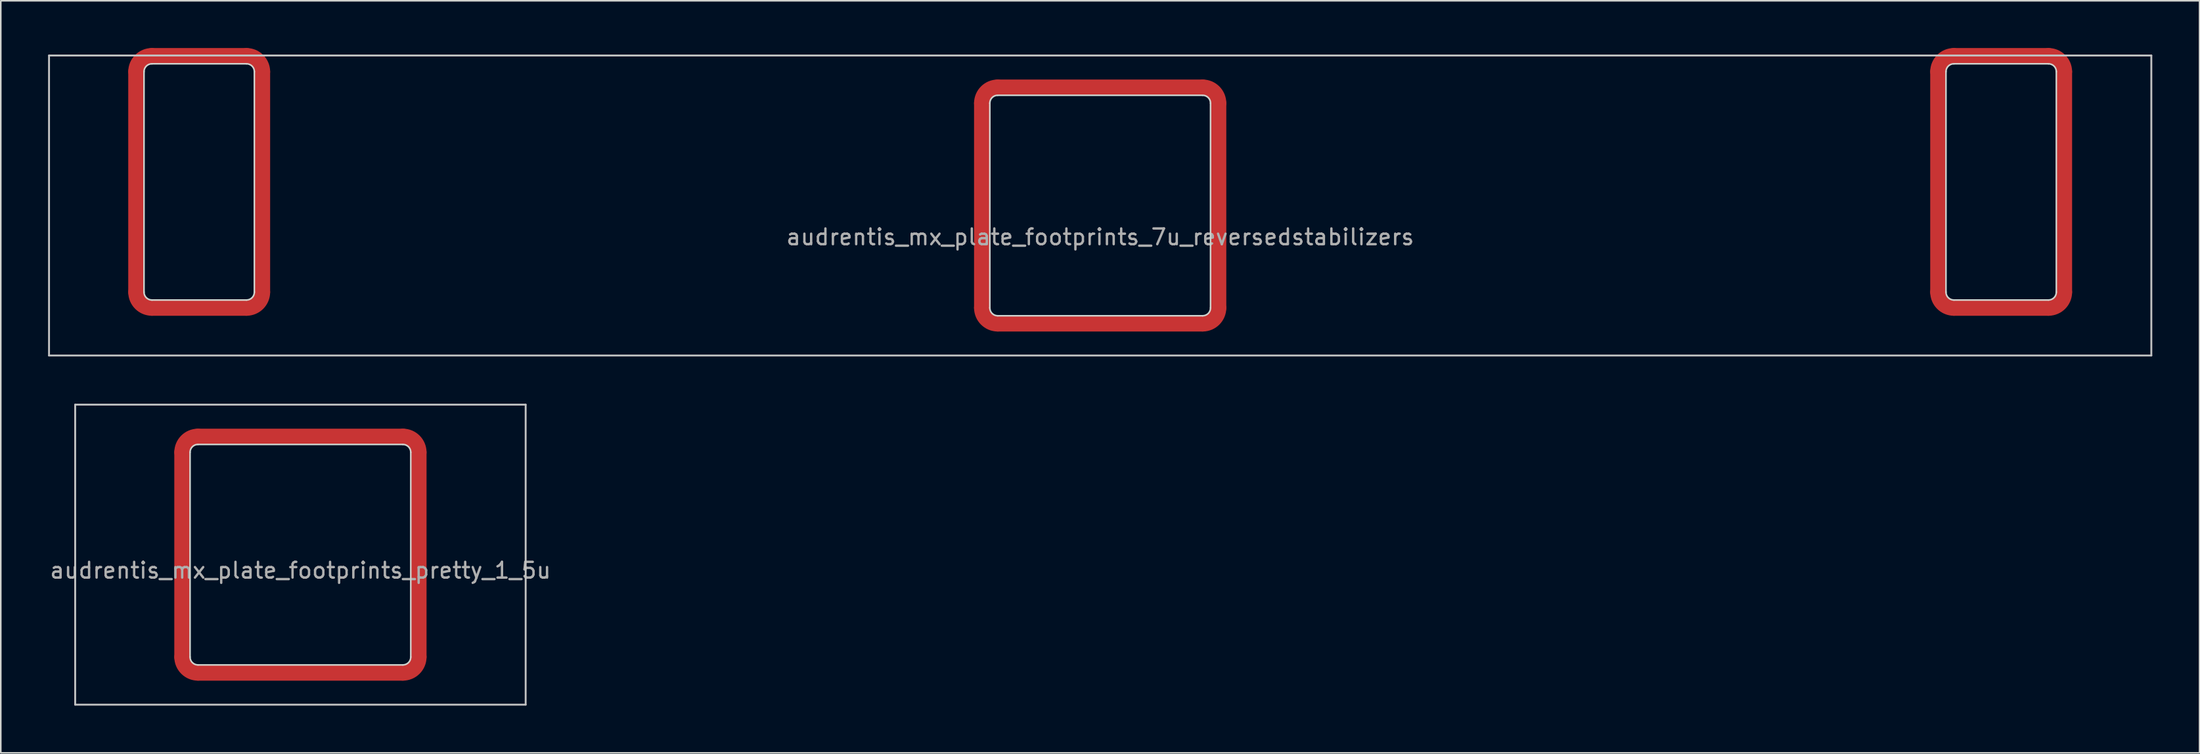
<source format=kicad_pcb>
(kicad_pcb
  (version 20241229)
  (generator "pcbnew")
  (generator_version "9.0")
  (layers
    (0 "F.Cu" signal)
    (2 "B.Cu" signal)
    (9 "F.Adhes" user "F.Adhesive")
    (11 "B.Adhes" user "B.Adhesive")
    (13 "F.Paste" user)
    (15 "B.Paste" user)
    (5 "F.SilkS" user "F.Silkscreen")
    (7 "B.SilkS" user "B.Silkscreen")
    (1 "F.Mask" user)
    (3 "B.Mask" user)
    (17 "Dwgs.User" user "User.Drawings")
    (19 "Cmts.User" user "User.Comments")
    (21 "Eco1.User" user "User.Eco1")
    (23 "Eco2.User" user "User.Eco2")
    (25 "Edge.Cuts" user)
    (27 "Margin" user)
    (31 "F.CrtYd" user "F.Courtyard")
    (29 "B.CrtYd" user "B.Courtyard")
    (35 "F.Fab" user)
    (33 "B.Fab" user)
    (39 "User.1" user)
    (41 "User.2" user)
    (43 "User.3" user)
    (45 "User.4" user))
  (footprint "audrentis_mx_plate_footprints_pretty_1_5u"
    (layer "F.Cu")
    (at 16.006 32.17)
    (property "Reference" "audrentis_mx_plate_footprints_pretty_1_5u" (at 0 1 0) (layer "F.Fab") (effects (font (size 1 1) (thickness 0.15))))
    (attr through_hole)
    (fp_line (start -7.5 -6.5) (end -7.5 6.5) (stroke (width 1) (type solid)) (layer "F.Cu"))
    (fp_line (start -6.5 7.5) (end 6.5 7.5) (stroke (width 1) (type solid)) (layer "F.Cu"))
    (fp_line (start 6.5 -7.5) (end -6.5 -7.5) (stroke (width 1) (type solid)) (layer "F.Cu"))
    (fp_line (start 7.5 6.5) (end 7.5 -6.5) (stroke (width 1) (type solid)) (layer "F.Cu"))
    (fp_arc (start -7.5 -6.500001) (mid -7.207106 -7.207107) (end -6.499999 -7.5) (stroke (width 1) (type solid)) (layer "F.Cu"))
    (fp_arc (start -6.5 7.5) (mid -7.207107 7.207107) (end -7.5 6.5) (stroke (width 1) (type solid)) (layer "F.Cu"))
    (fp_arc (start 6.5 -7.5) (mid 7.207107 -7.207107) (end 7.5 -6.5) (stroke (width 1) (type solid)) (layer "F.Cu"))
    (fp_arc (start 7.499999 6.5) (mid 7.207106 7.207106) (end 6.5 7.499999) (stroke (width 1) (type solid)) (layer "F.Cu"))
    (fp_line (start -7.5 -6.5) (end -7.5 6.5) (stroke (width 1) (type solid)) (layer "F.Mask"))
    (fp_line (start -6.5 7.5) (end 6.5 7.5) (stroke (width 1) (type solid)) (layer "F.Mask"))
    (fp_line (start 6.5 -7.5) (end -6.5 -7.5) (stroke (width 1) (type solid)) (layer "F.Mask"))
    (fp_line (start 7.5 6.5) (end 7.5 -6.5) (stroke (width 1) (type solid)) (layer "F.Mask"))
    (fp_arc (start -7.5 -6.500001) (mid -7.207106 -7.207107) (end -6.499999 -7.5) (stroke (width 1) (type solid)) (layer "F.Mask"))
    (fp_arc (start -6.5 7.5) (mid -7.207107 7.207107) (end -7.5 6.5) (stroke (width 1) (type solid)) (layer "F.Mask"))
    (fp_arc (start 6.5 -7.5) (mid 7.207107 -7.207107) (end 7.5 -6.5) (stroke (width 1) (type solid)) (layer "F.Mask"))
    (fp_arc (start 7.499999 6.5) (mid 7.207106 7.207106) (end 6.5 7.499999) (stroke (width 1) (type solid)) (layer "F.Mask"))
    (fp_line (start -14.287 -9.525) (end -14.287 9.525) (stroke (width 0.12) (type solid)) (layer "Dwgs.User"))
    (fp_line (start -14.287 -9.525) (end 14.287 -9.525) (stroke (width 0.12) (type solid)) (layer "Dwgs.User"))
    (fp_line (start -14.287 9.525) (end 14.287 9.525) (stroke (width 0.12) (type solid)) (layer "Dwgs.User"))
    (fp_line (start 14.287 9.525) (end 14.287 -9.525) (stroke (width 0.12) (type solid)) (layer "Dwgs.User"))
    (fp_line (start -7 -6.5) (end -7 6.5) (stroke (width 0.1) (type solid)) (layer "Edge.Cuts"))
    (fp_line (start -6.5 7) (end 6.5 7) (stroke (width 0.1) (type solid)) (layer "Edge.Cuts"))
    (fp_line (start 6.5 -7) (end -6.5 -7) (stroke (width 0.1) (type solid)) (layer "Edge.Cuts"))
    (fp_line (start 7 6.5) (end 7 -6.5) (stroke (width 0.1) (type solid)) (layer "Edge.Cuts"))
    (fp_arc (start -7 -6.500001) (mid -6.853553 -6.853554) (end -6.499999 -7) (stroke (width 0.1) (type solid)) (layer "Edge.Cuts"))
    (fp_arc (start -6.5 7) (mid -6.853553 6.853553) (end -7 6.5) (stroke (width 0.1) (type solid)) (layer "Edge.Cuts"))
    (fp_arc (start 6.5 -7) (mid 6.853553 -6.853553) (end 7 -6.5) (stroke (width 0.1) (type solid)) (layer "Edge.Cuts"))
    (fp_arc (start 6.999999 6.5) (mid 6.853553 6.853553) (end 6.5 6.999999) (stroke (width 0.1) (type solid)) (layer "Edge.Cuts")))
  (footprint "audrentis_mx_plate_footprints_7u_reversedstabilizers"
    (layer "F.Cu")
    (at 66.735 10)
    (property "Reference" "audrentis_mx_plate_footprints_7u_reversedstabilizers" (at 0 2 0) (layer "F.Fab") (effects (font (size 1 1) (thickness 0.15))))
    (attr through_hole)
    (fp_line (start -61.15 -8.5) (end -61.15 5.5) (stroke (width 1) (type solid)) (layer "F.Cu"))
    (fp_line (start -60.15 6.5) (end -54.15 6.5) (stroke (width 1) (type solid)) (layer "F.Cu"))
    (fp_line (start -54.15 -9.5) (end -60.15 -9.5) (stroke (width 1) (type solid)) (layer "F.Cu"))
    (fp_line (start -53.15 5.5) (end -53.15 -8.5) (stroke (width 1) (type solid)) (layer "F.Cu"))
    (fp_line (start -7.5 -6.5) (end -7.5 6.5) (stroke (width 1) (type solid)) (layer "F.Cu"))
    (fp_line (start -6.5 7.5) (end 6.5 7.5) (stroke (width 1) (type solid)) (layer "F.Cu"))
    (fp_line (start 6.5 -7.5) (end -6.5 -7.5) (stroke (width 1) (type solid)) (layer "F.Cu"))
    (fp_line (start 7.5 6.5) (end 7.5 -6.5) (stroke (width 1) (type solid)) (layer "F.Cu"))
    (fp_line (start 53.15 -8.5) (end 53.15 5.5) (stroke (width 1) (type solid)) (layer "F.Cu"))
    (fp_line (start 54.15 6.5) (end 60.15 6.5) (stroke (width 1) (type solid)) (layer "F.Cu"))
    (fp_line (start 60.15 -9.5) (end 54.15 -9.5) (stroke (width 1) (type solid)) (layer "F.Cu"))
    (fp_line (start 61.15 5.5) (end 61.15 -8.5) (stroke (width 1) (type solid)) (layer "F.Cu"))
    (fp_arc (start -61.149999 -8.5) (mid -60.857106 -9.207106) (end -60.15 -9.499999) (stroke (width 1) (type solid)) (layer "F.Cu"))
    (fp_arc (start -60.15 6.499999) (mid -60.857106 6.207106) (end -61.149999 5.5) (stroke (width 1) (type solid)) (layer "F.Cu"))
    (fp_arc (start -54.149999 -9.5) (mid -53.442893 -9.207106) (end -53.15 -8.499999) (stroke (width 1) (type solid)) (layer "F.Cu"))
    (fp_arc (start -53.15 5.5) (mid -53.442893 6.207107) (end -54.15 6.5) (stroke (width 1) (type solid)) (layer "F.Cu"))
    (fp_arc (start -7.499999 -6.499999) (mid -7.207106 -7.207106) (end -6.499999 -7.499999) (stroke (width 1) (type solid)) (layer "F.Cu"))
    (fp_arc (start -6.499999 7.5) (mid -7.207106 7.207107) (end -7.499999 6.5) (stroke (width 1) (type solid)) (layer "F.Cu"))
    (fp_arc (start 6.5 -7.499999) (mid 7.207107 -7.207106) (end 7.5 -6.499999) (stroke (width 1) (type solid)) (layer "F.Cu"))
    (fp_arc (start 7.5 6.5) (mid 7.207107 7.207107) (end 6.5 7.5) (stroke (width 1) (type solid)) (layer "F.Cu"))
    (fp_arc (start 53.150001 -8.5) (mid 53.442894 -9.207106) (end 54.15 -9.499999) (stroke (width 1) (type solid)) (layer "F.Cu"))
    (fp_arc (start 54.15 6.499999) (mid 53.442894 6.207106) (end 53.150001 5.5) (stroke (width 1) (type solid)) (layer "F.Cu"))
    (fp_arc (start 60.150001 -9.5) (mid 60.857107 -9.207106) (end 61.15 -8.499999) (stroke (width 1) (type solid)) (layer "F.Cu"))
    (fp_arc (start 61.15 5.5) (mid 60.857107 6.207107) (end 60.15 6.5) (stroke (width 1) (type solid)) (layer "F.Cu"))
    (fp_line (start -61.15 -8.5) (end -61.15 5.5) (stroke (width 1) (type solid)) (layer "F.Mask"))
    (fp_line (start -60.15 6.5) (end -54.15 6.5) (stroke (width 1) (type solid)) (layer "F.Mask"))
    (fp_line (start -54.15 -9.5) (end -60.15 -9.5) (stroke (width 1) (type solid)) (layer "F.Mask"))
    (fp_line (start -53.15 5.5) (end -53.15 -8.5) (stroke (width 1) (type solid)) (layer "F.Mask"))
    (fp_line (start -7.5 -6.5) (end -7.5 6.5) (stroke (width 1) (type solid)) (layer "F.Mask"))
    (fp_line (start -6.5 7.5) (end 6.5 7.5) (stroke (width 1) (type solid)) (layer "F.Mask"))
    (fp_line (start 6.5 -7.5) (end -6.5 -7.5) (stroke (width 1) (type solid)) (layer "F.Mask"))
    (fp_line (start 7.5 6.5) (end 7.5 -6.5) (stroke (width 1) (type solid)) (layer "F.Mask"))
    (fp_line (start 53.15 -8.5) (end 53.15 5.5) (stroke (width 1) (type solid)) (layer "F.Mask"))
    (fp_line (start 54.15 6.5) (end 60.15 6.5) (stroke (width 1) (type solid)) (layer "F.Mask"))
    (fp_line (start 60.15 -9.5) (end 54.15 -9.5) (stroke (width 1) (type solid)) (layer "F.Mask"))
    (fp_line (start 61.15 5.5) (end 61.15 -8.5) (stroke (width 1) (type solid)) (layer "F.Mask"))
    (fp_arc (start -61.149999 -8.5) (mid -60.857106 -9.207106) (end -60.15 -9.499999) (stroke (width 1) (type solid)) (layer "F.Mask"))
    (fp_arc (start -60.15 6.499999) (mid -60.857106 6.207106) (end -61.149999 5.5) (stroke (width 1) (type solid)) (layer "F.Mask"))
    (fp_arc (start -54.149999 -9.5) (mid -53.442893 -9.207106) (end -53.15 -8.499999) (stroke (width 1) (type solid)) (layer "F.Mask"))
    (fp_arc (start -53.15 5.5) (mid -53.442893 6.207107) (end -54.15 6.5) (stroke (width 1) (type solid)) (layer "F.Mask"))
    (fp_arc (start -7.499999 -6.499999) (mid -7.207106 -7.207106) (end -6.499999 -7.499999) (stroke (width 1) (type solid)) (layer "F.Mask"))
    (fp_arc (start -6.499999 7.5) (mid -7.207106 7.207107) (end -7.499999 6.5) (stroke (width 1) (type solid)) (layer "F.Mask"))
    (fp_arc (start 6.5 -7.499999) (mid 7.207107 -7.207106) (end 7.5 -6.499999) (stroke (width 1) (type solid)) (layer "F.Mask"))
    (fp_arc (start 7.5 6.5) (mid 7.207107 7.207107) (end 6.5 7.5) (stroke (width 1) (type solid)) (layer "F.Mask"))
    (fp_arc (start 53.150001 -8.5) (mid 53.442894 -9.207106) (end 54.15 -9.499999) (stroke (width 1) (type solid)) (layer "F.Mask"))
    (fp_arc (start 54.15 6.499999) (mid 53.442894 6.207106) (end 53.150001 5.5) (stroke (width 1) (type solid)) (layer "F.Mask"))
    (fp_arc (start 60.150001 -9.5) (mid 60.857107 -9.207106) (end 61.15 -8.499999) (stroke (width 1) (type solid)) (layer "F.Mask"))
    (fp_arc (start 61.15 5.5) (mid 60.857107 6.207107) (end 60.15 6.5) (stroke (width 1) (type solid)) (layer "F.Mask"))
    (fp_line (start -66.675 -9.525) (end -66.675 9.525) (stroke (width 0.12) (type solid)) (layer "Dwgs.User"))
    (fp_line (start -66.675 -9.525) (end 66.675 -9.525) (stroke (width 0.12) (type solid)) (layer "Dwgs.User"))
    (fp_line (start -66.675 9.525) (end 66.675 9.525) (stroke (width 0.12) (type solid)) (layer "Dwgs.User"))
    (fp_line (start 66.675 -9.525) (end 66.675 9.525) (stroke (width 0.12) (type solid)) (layer "Dwgs.User"))
    (fp_line (start -60.65 -8.5) (end -60.65 5.5) (stroke (width 0.1) (type solid)) (layer "Edge.Cuts"))
    (fp_line (start -60.15 6) (end -54.15 6) (stroke (width 0.1) (type solid)) (layer "Edge.Cuts"))
    (fp_line (start -54.15 -9) (end -60.15 -9) (stroke (width 0.1) (type solid)) (layer "Edge.Cuts"))
    (fp_line (start -53.65 5.5) (end -53.65 -8.5) (stroke (width 0.1) (type solid)) (layer "Edge.Cuts"))
    (fp_line (start -7 6.5) (end -7 -6.5) (stroke (width 0.1) (type solid)) (layer "Edge.Cuts"))
    (fp_line (start -6.5 -7) (end 6.5 -7) (stroke (width 0.1) (type solid)) (layer "Edge.Cuts"))
    (fp_line (start 6.5 7) (end -6.5 7) (stroke (width 0.1) (type solid)) (layer "Edge.Cuts"))
    (fp_line (start 7 -6.5) (end 7 6.5) (stroke (width 0.1) (type solid)) (layer "Edge.Cuts"))
    (fp_line (start 53.65 5.5) (end 53.65 -8.5) (stroke (width 0.1) (type solid)) (layer "Edge.Cuts"))
    (fp_line (start 54.15 -9) (end 60.15 -9) (stroke (width 0.1) (type solid)) (layer "Edge.Cuts"))
    (fp_line (start 60.15 6) (end 54.15 6) (stroke (width 0.1) (type solid)) (layer "Edge.Cuts"))
    (fp_line (start 60.65 -8.5) (end 60.65 5.5) (stroke (width 0.1) (type solid)) (layer "Edge.Cuts"))
    (fp_arc (start -60.65 -8.499999) (mid -60.503553 -8.853552) (end -60.15 -8.999999) (stroke (width 0.1) (type solid)) (layer "Edge.Cuts"))
    (fp_arc (start -60.15 6) (mid -60.503553 5.853553) (end -60.65 5.5) (stroke (width 0.1) (type solid)) (layer "Edge.Cuts"))
    (fp_arc (start -54.15 -8.999999) (mid -53.796447 -8.853552) (end -53.65 -8.499999) (stroke (width 0.1) (type solid)) (layer "Edge.Cuts"))
    (fp_arc (start -53.65 5.5) (mid -53.796447 5.853553) (end -54.15 6) (stroke (width 0.1) (type solid)) (layer "Edge.Cuts"))
    (fp_arc (start -6.999999 -6.499999) (mid -6.853552 -6.853552) (end -6.499999 -6.999999) (stroke (width 0.1) (type solid)) (layer "Edge.Cuts"))
    (fp_arc (start -6.499999 7) (mid -6.853552 6.853553) (end -6.999999 6.5) (stroke (width 0.1) (type solid)) (layer "Edge.Cuts"))
    (fp_arc (start 6.5 -6.999999) (mid 6.853553 -6.853552) (end 7 -6.499999) (stroke (width 0.1) (type solid)) (layer "Edge.Cuts"))
    (fp_arc (start 7 6.5) (mid 6.853553 6.853553) (end 6.5 7) (stroke (width 0.1) (type solid)) (layer "Edge.Cuts"))
    (fp_arc (start 53.65 -8.499999) (mid 53.796447 -8.853552) (end 54.15 -8.999999) (stroke (width 0.1) (type solid)) (layer "Edge.Cuts"))
    (fp_arc (start 54.15 6) (mid 53.796447 5.853553) (end 53.65 5.5) (stroke (width 0.1) (type solid)) (layer "Edge.Cuts"))
    (fp_arc (start 60.15 -8.999999) (mid 60.503553 -8.853552) (end 60.65 -8.499999) (stroke (width 0.1) (type solid)) (layer "Edge.Cuts"))
    (fp_arc (start 60.65 5.5) (mid 60.503553 5.853553) (end 60.15 6) (stroke (width 0.1) (type solid)) (layer "Edge.Cuts")))
  (gr_rect
    (start -3 -3)
    (end 136.47 44.755)
    (stroke (width 0.1) (type default))
    (fill no)
    (layer "Edge.Cuts")))
</source>
